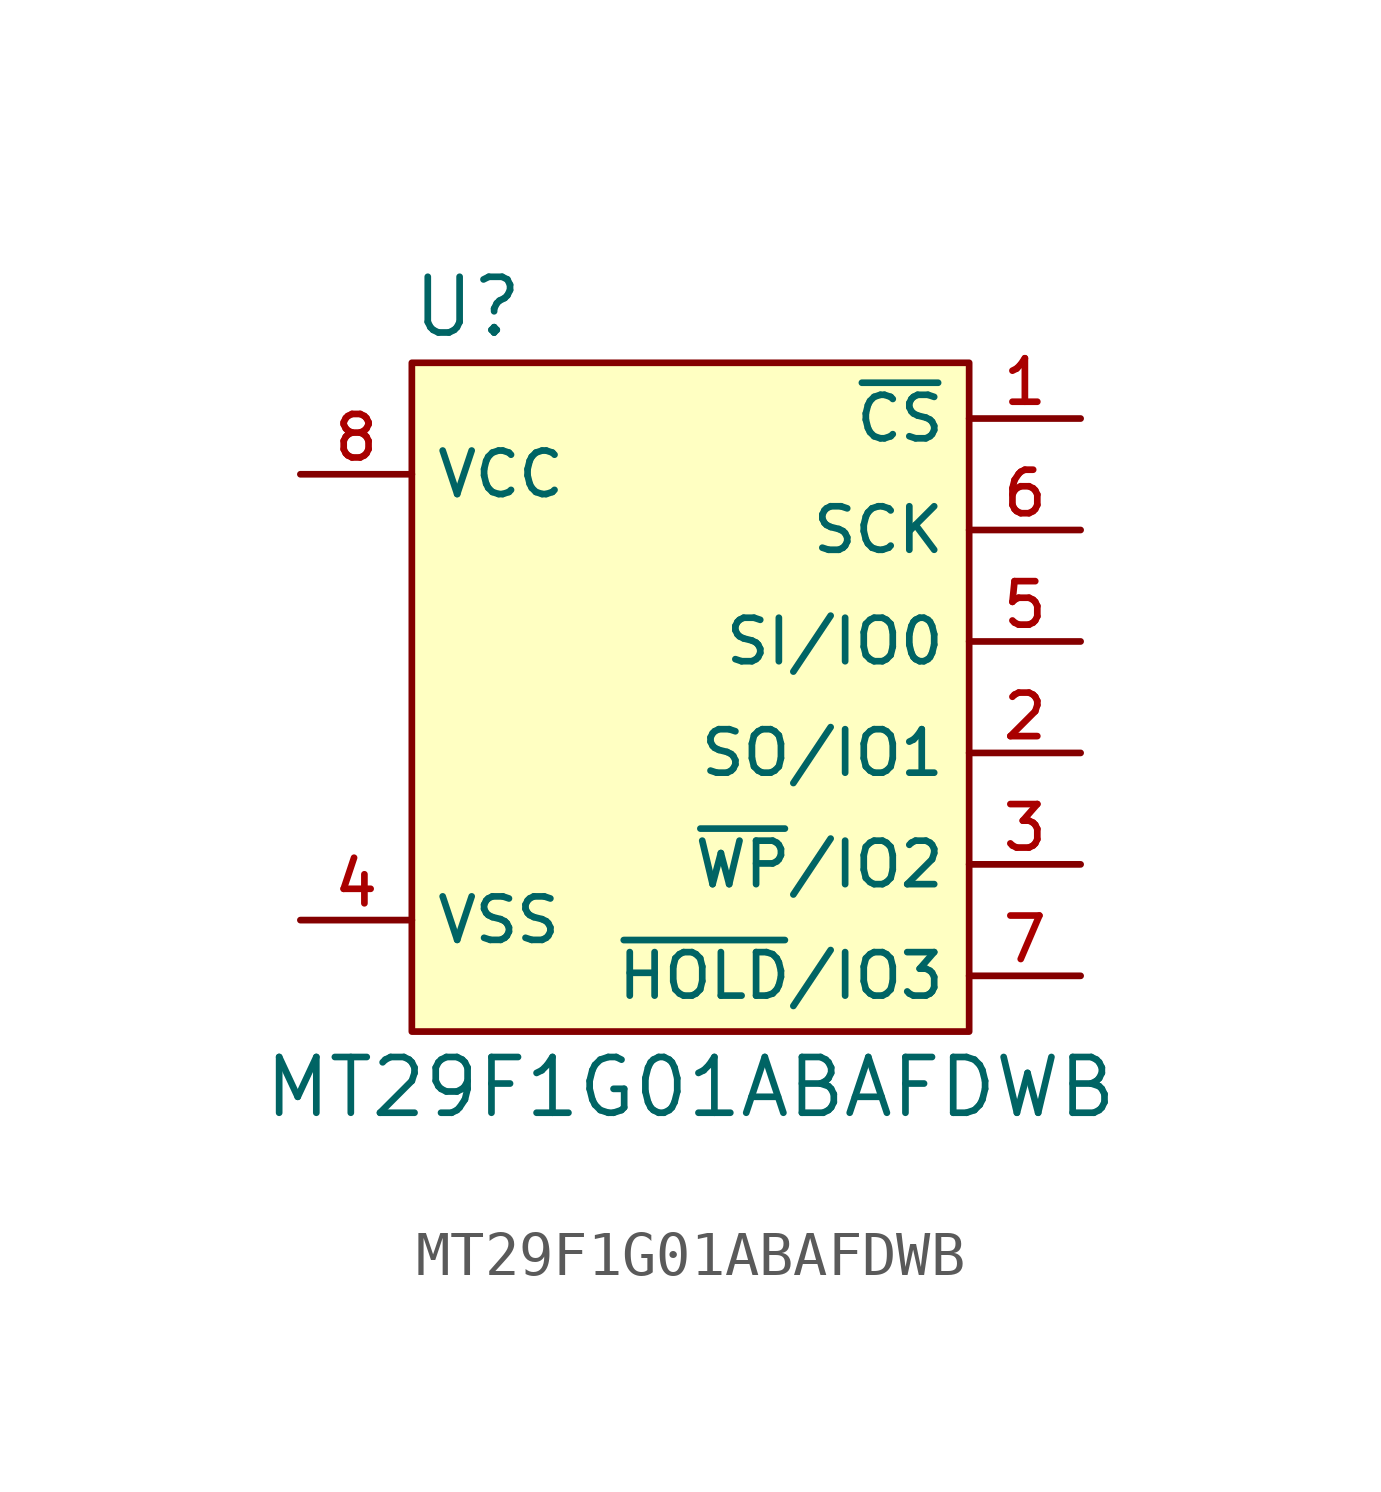
<source format=kicad_sym>
(kicad_symbol_lib
  (version 20211014)
  (generator kicad_symbol_editor)
  (symbol "MT29F1G01ABAFDWB"
    (property "Reference" "U"
      (at 3.81 3.81 0)
      (effects (font (size 1.27 1.27))))
    (property "Value" "MT29F1G01ABAFDWB"
      (at 8.89 -13.97 0)
      (effects (font (size 1.27 1.27))))
    (symbol "MT29F1G01ABAFDWB_0_1"
      (rectangle (start 2.54 2.54) (end 15.24 -12.7) (stroke (width 0) (type default) (color 0 0 0 0)) (fill (type background))))
    (symbol "MT29F1G01ABAFDWB_1_1"
      (pin input line (at 17.78 1.27 180) (length 2.54) (name "~{CS}" (effects (font (size 0.991 0.991)))) (number "1" (effects (font (size 0.991 0.991)))))
      (pin bidirectional line (at 17.78 -6.35 180) (length 2.54) (name "SO/IO1" (effects (font (size 0.991 0.991)))) (number "2" (effects (font (size 0.991 0.991)))))
      (pin bidirectional line (at 17.78 -8.89 180) (length 2.54) (name "~{WP}/IO2" (effects (font (size 0.991 0.991)))) (number "3" (effects (font (size 0.991 0.991)))))
      (pin power_in line (at 0 -10.16 0) (length 2.54) (name "VSS" (effects (font (size 0.991 0.991)))) (number "4" (effects (font (size 0.991 0.991)))))
      (pin bidirectional line (at 17.78 -3.81 180) (length 2.54) (name "SI/IO0" (effects (font (size 0.991 0.991)))) (number "5" (effects (font (size 0.991 0.991)))))
      (pin input line (at 17.78 -1.27 180) (length 2.54) (name "SCK" (effects (font (size 0.991 0.991)))) (number "6" (effects (font (size 0.991 0.991)))))
      (pin bidirectional line (at 17.78 -11.43 180) (length 2.54) (name "~{HOLD}/IO3" (effects (font (size 0.991 0.991)))) (number "7" (effects (font (size 0.991 0.991)))))
      (pin power_in line (at 0 0 0) (length 2.54) (name "VCC" (effects (font (size 0.991 0.991)))) (number "8" (effects (font (size 0.991 0.991))))))))
</source>
